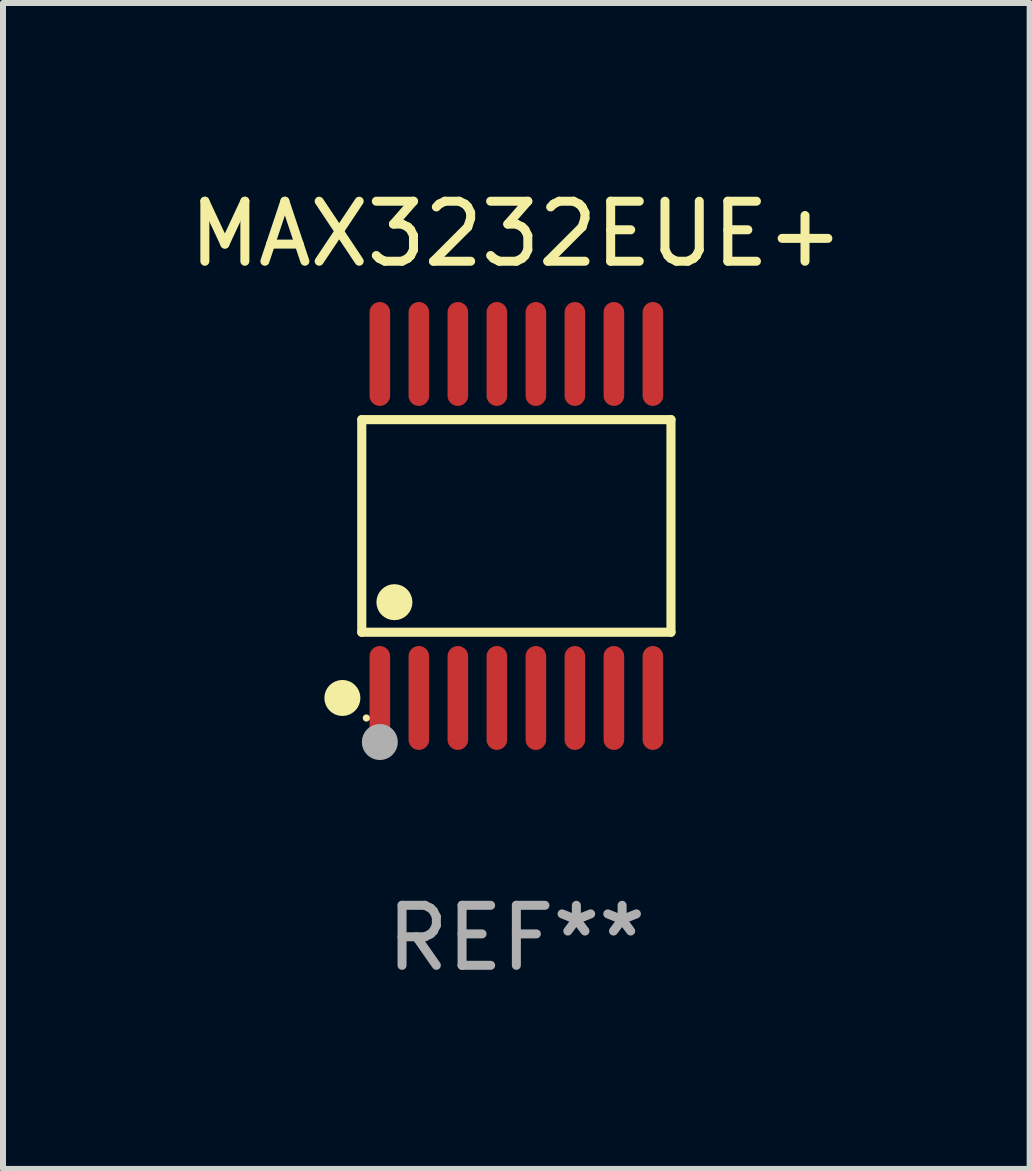
<source format=kicad_pcb>
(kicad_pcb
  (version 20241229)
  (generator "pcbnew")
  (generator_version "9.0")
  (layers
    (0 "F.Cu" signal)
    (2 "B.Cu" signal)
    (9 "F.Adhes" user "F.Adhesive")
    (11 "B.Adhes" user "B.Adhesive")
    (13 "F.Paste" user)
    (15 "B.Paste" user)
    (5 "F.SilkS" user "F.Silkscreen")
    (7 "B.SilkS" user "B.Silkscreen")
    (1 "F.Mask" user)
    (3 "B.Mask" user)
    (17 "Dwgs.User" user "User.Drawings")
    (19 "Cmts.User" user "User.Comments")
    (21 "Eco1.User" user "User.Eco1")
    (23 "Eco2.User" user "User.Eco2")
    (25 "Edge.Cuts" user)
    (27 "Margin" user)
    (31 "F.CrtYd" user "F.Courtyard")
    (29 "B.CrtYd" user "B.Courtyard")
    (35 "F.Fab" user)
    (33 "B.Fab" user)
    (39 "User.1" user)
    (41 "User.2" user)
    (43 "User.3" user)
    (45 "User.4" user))
  (footprint "MAX3232EUE+"
    (layer "F.Cu")
    (at 5.554 5.714)
    (property "Reference" "MAX3232EUE+" (at 0 -4.866 0) (layer "F.SilkS") (effects (font (size 1 1) (thickness 0.15))))
    (attr through_hole)
    (fp_line (start -2.576 -1.772) (end 2.576 -1.772) (stroke (width 0.152) (type solid)) (layer "F.SilkS"))
    (fp_line (start -2.576 1.771) (end -2.576 -1.772) (stroke (width 0.152) (type solid)) (layer "F.SilkS"))
    (fp_line (start 2.576 -1.772) (end 2.576 1.771) (stroke (width 0.152) (type solid)) (layer "F.SilkS"))
    (fp_line (start 2.576 1.771) (end -2.576 1.771) (stroke (width 0.152) (type solid)) (layer "F.SilkS"))
    (fp_circle (center -2.899 2.866) (end -2.749 2.866) (stroke (width 0.3) (type solid)) (fill no) (layer "F.SilkS"))
    (fp_circle (center -2.5 3.2) (end -2.47 3.2) (stroke (width 0.06) (type solid)) (fill no) (layer "F.SilkS"))
    (fp_circle (center -2.032 1.27) (end -1.882 1.27) (stroke (width 0.3) (type solid)) (fill no) (layer "F.SilkS"))
    (fp_circle (center -2.275 3.6) (end -2.125 3.6) (stroke (width 0.3) (type solid)) (fill no) (layer "F.Fab"))
    (fp_text user "REF**" (at 0 6.866 0) (layer "F.Fab") (effects (font (size 1 1) (thickness 0.15))))
    (pad "1" smd oval (at -2.275 2.866) (size 0.343 1.731) (layers "F.Cu" "F.Mask" "F.Paste"))
    (pad "2" smd oval (at -1.625 2.866) (size 0.343 1.731) (layers "F.Cu" "F.Mask" "F.Paste"))
    (pad "3" smd oval (at -0.975 2.866) (size 0.343 1.731) (layers "F.Cu" "F.Mask" "F.Paste"))
    (pad "4" smd oval (at -0.325 2.866) (size 0.343 1.731) (layers "F.Cu" "F.Mask" "F.Paste"))
    (pad "5" smd oval (at 0.325 2.866) (size 0.343 1.731) (layers "F.Cu" "F.Mask" "F.Paste"))
    (pad "6" smd oval (at 0.975 2.866) (size 0.343 1.731) (layers "F.Cu" "F.Mask" "F.Paste"))
    (pad "7" smd oval (at 1.625 2.866) (size 0.343 1.731) (layers "F.Cu" "F.Mask" "F.Paste"))
    (pad "8" smd oval (at 2.275 2.866) (size 0.343 1.731) (layers "F.Cu" "F.Mask" "F.Paste"))
    (pad "9" smd oval (at 2.275 -2.866) (size 0.343 1.731) (layers "F.Cu" "F.Mask" "F.Paste"))
    (pad "10" smd oval (at 1.625 -2.866) (size 0.343 1.731) (layers "F.Cu" "F.Mask" "F.Paste"))
    (pad "11" smd oval (at 0.975 -2.866) (size 0.343 1.731) (layers "F.Cu" "F.Mask" "F.Paste"))
    (pad "12" smd oval (at 0.325 -2.866) (size 0.343 1.731) (layers "F.Cu" "F.Mask" "F.Paste"))
    (pad "13" smd oval (at -0.325 -2.866) (size 0.343 1.731) (layers "F.Cu" "F.Mask" "F.Paste"))
    (pad "14" smd oval (at -0.975 -2.866) (size 0.343 1.731) (layers "F.Cu" "F.Mask" "F.Paste"))
    (pad "15" smd oval (at -1.625 -2.866) (size 0.343 1.731) (layers "F.Cu" "F.Mask" "F.Paste"))
    (pad "16" smd oval (at -2.275 -2.866) (size 0.343 1.731) (layers "F.Cu" "F.Mask" "F.Paste")))
  (gr_rect
    (start -3 -3)
    (end 14.107 16.428)
    (stroke (width 0.1) (type default))
    (fill no)
    (layer "Edge.Cuts")))
</source>
